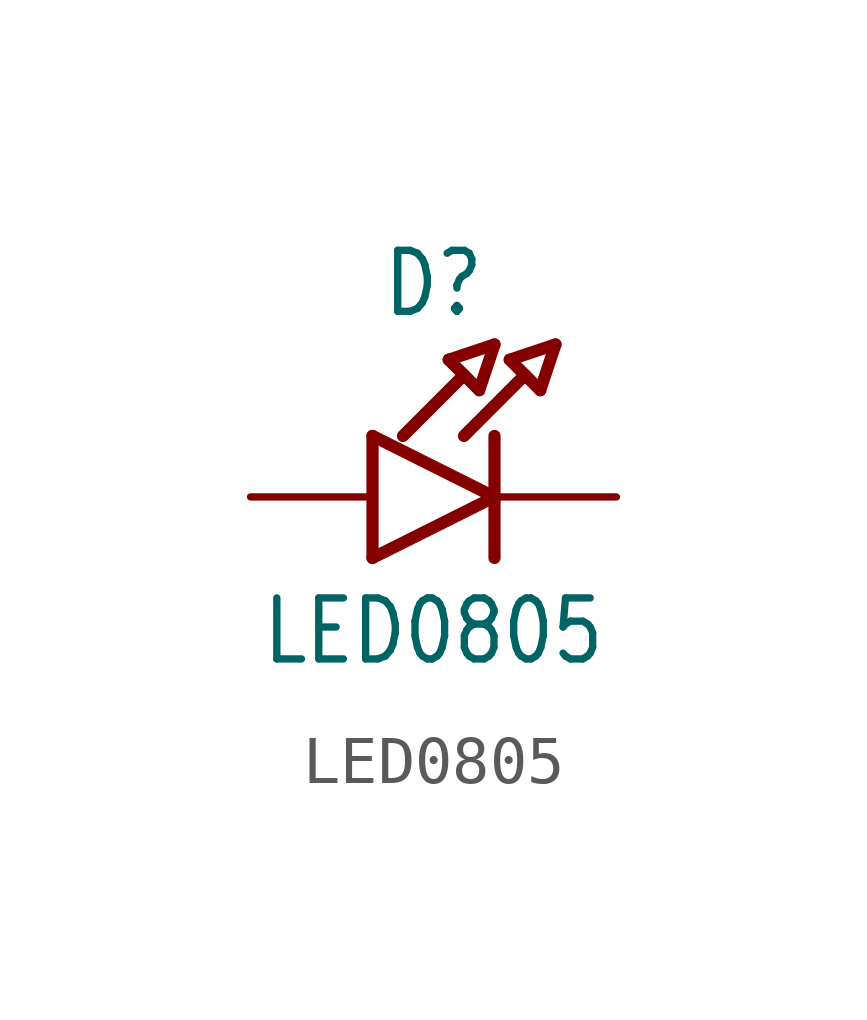
<source format=kicad_sym>
(kicad_symbol_lib
  (version 20211014)
  (generator kicad_symbol_editor)
  (symbol "LED0805"
    (property "Reference" "D"
      (at -1.27 4.445 0)
      (effects (font (size 1.27 1.079))))
    (property "Value" "LED0805"
      (at -1.27 -2.794 0)
      (effects (font (size 1.27 1.079))))
    (property "ki_locked" ""
      (at 0 0 0)
      (effects (font (size 1.27 1.27))))
    (symbol "LED0805_1_0"
      (polyline (pts (xy -2.54 -1.27) (xy 0 0)) (stroke (width 0.254) (type default) (color 0 0 0 0)) (fill (type none)))
      (polyline (pts (xy -2.54 1.27) (xy -2.54 -1.27)) (stroke (width 0.254) (type default) (color 0 0 0 0)) (fill (type none)))
      (polyline (pts (xy -1.905 1.27) (xy -0.635 2.54)) (stroke (width 0.254) (type default) (color 0 0 0 0)) (fill (type none)))
      (polyline (pts (xy -0.953 2.857) (xy -0.318 2.223)) (stroke (width 0.254) (type default) (color 0 0 0 0)) (fill (type none)))
      (polyline (pts (xy -0.635 1.27) (xy 0.635 2.54)) (stroke (width 0.254) (type default) (color 0 0 0 0)) (fill (type none)))
      (polyline (pts (xy -0.318 2.223) (xy 0 3.175)) (stroke (width 0.254) (type default) (color 0 0 0 0)) (fill (type none)))
      (polyline (pts (xy 0 0) (xy -2.54 1.27)) (stroke (width 0.254) (type default) (color 0 0 0 0)) (fill (type none)))
      (polyline (pts (xy 0 0) (xy 0 -1.27)) (stroke (width 0.254) (type default) (color 0 0 0 0)) (fill (type none)))
      (polyline (pts (xy 0 1.27) (xy 0 0)) (stroke (width 0.254) (type default) (color 0 0 0 0)) (fill (type none)))
      (polyline (pts (xy 0 3.175) (xy -0.953 2.857)) (stroke (width 0.254) (type default) (color 0 0 0 0)) (fill (type none)))
      (polyline (pts (xy 0.318 2.857) (xy 0.953 2.223)) (stroke (width 0.254) (type default) (color 0 0 0 0)) (fill (type none)))
      (polyline (pts (xy 0.953 2.223) (xy 1.27 3.175)) (stroke (width 0.254) (type default) (color 0 0 0 0)) (fill (type none)))
      (polyline (pts (xy 1.27 3.175) (xy 0.318 2.857)) (stroke (width 0.254) (type default) (color 0 0 0 0)) (fill (type none)))
      (pin passive line (at -5.08 0 0) (length 2.54) (name "A" (effects (font (size 0 0)))) (number "A" (effects (font (size 0 0)))))
      (pin passive line (at 2.54 0 180) (length 2.54) (name "C" (effects (font (size 0 0)))) (number "C" (effects (font (size 0 0))))))))
</source>
